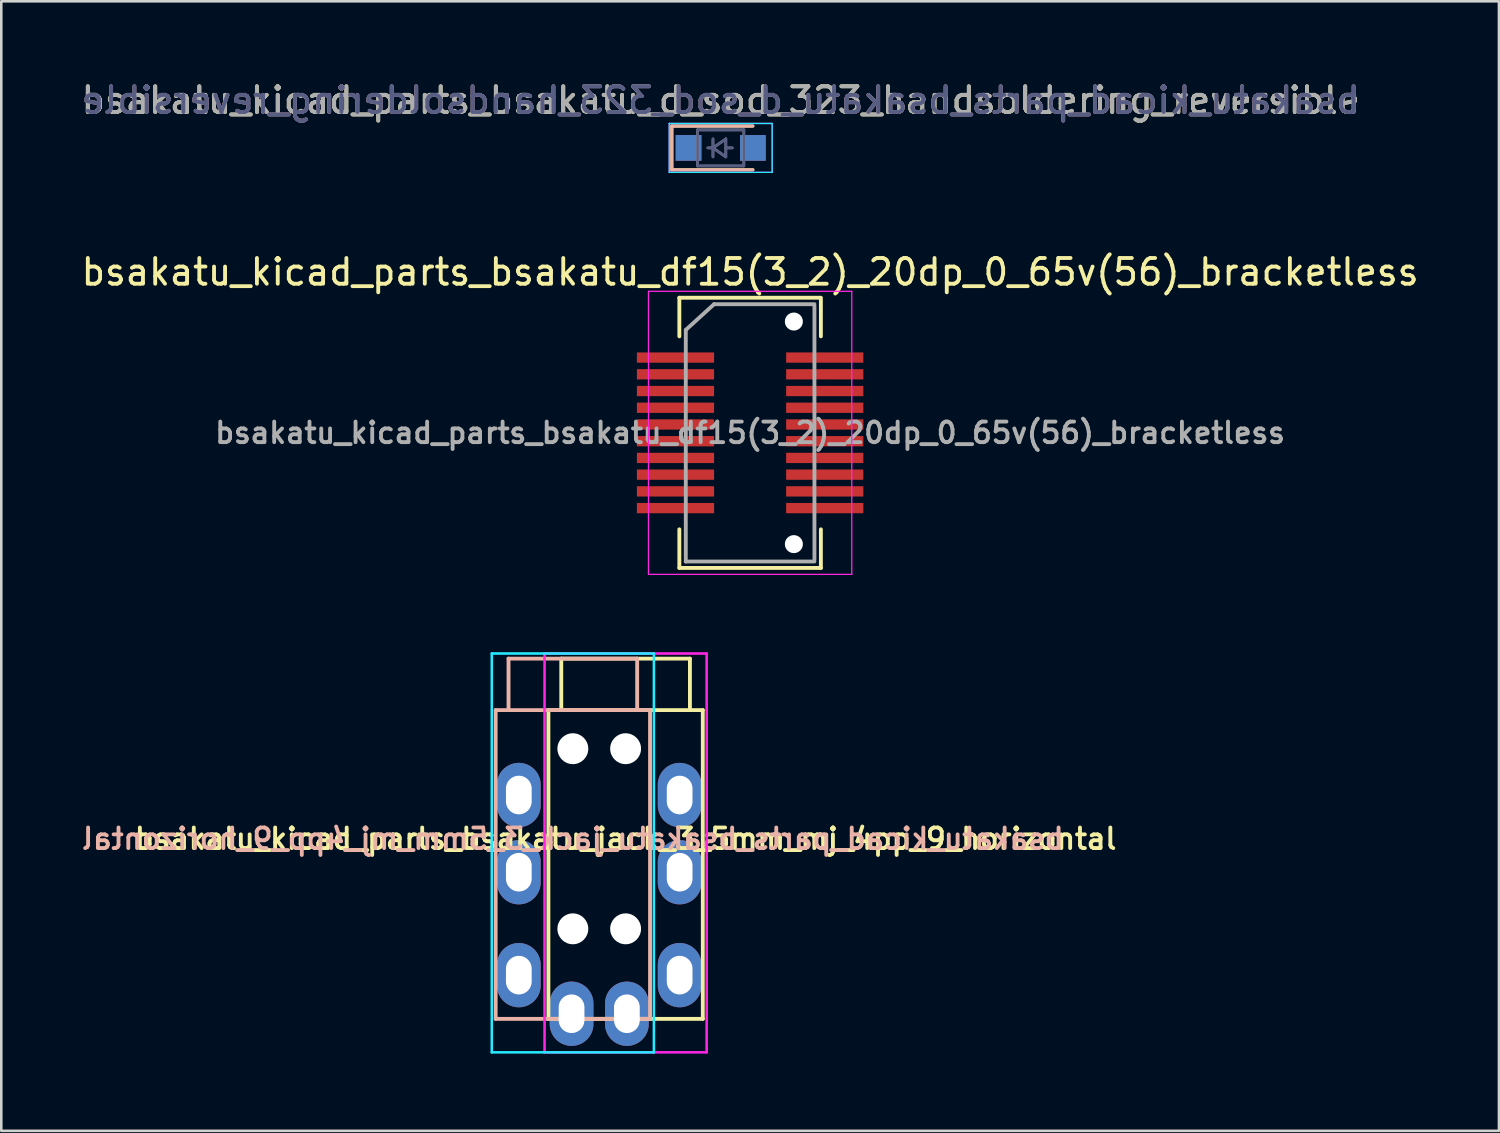
<source format=kicad_pcb>
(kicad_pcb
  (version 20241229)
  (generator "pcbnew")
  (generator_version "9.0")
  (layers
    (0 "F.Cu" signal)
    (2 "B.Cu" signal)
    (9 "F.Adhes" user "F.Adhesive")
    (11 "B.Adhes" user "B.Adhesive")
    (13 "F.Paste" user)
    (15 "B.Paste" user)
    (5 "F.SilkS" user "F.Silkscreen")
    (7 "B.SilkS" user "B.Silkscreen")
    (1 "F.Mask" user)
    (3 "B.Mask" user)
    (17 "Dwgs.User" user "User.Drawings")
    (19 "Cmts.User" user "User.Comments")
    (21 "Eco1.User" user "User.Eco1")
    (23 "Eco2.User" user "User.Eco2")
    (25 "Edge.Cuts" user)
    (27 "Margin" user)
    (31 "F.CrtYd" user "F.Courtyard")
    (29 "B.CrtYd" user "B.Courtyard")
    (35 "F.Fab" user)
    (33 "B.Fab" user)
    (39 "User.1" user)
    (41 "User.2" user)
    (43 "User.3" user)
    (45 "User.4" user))
  (footprint "bsakatu_kicad_parts_bsakatu_df15(3_2)_20dp_0_65v(56)_bracketless"
    (layer "F.Cu")
    (at 26.101 13.771)
    (property "Reference" "bsakatu_kicad_parts_bsakatu_df15(3_2)_20dp_0_65v(56)_bracketless" (at 0 -6.25 0) (layer "F.SilkS") (effects (font (size 1 1) (thickness 0.15))))
    (attr smd)
    (fp_line (start -2.75 -5.25) (end -2.75 -3.75) (stroke (width 0.15) (type solid)) (layer "F.SilkS"))
    (fp_line (start -2.75 -5.25) (end 2.725 -5.25) (stroke (width 0.15) (type solid)) (layer "F.SilkS"))
    (fp_line (start -2.75 5.25) (end -2.75 3.75) (stroke (width 0.15) (type solid)) (layer "F.SilkS"))
    (fp_line (start -2.75 5.25) (end 2.75 5.25) (stroke (width 0.15) (type solid)) (layer "F.SilkS"))
    (fp_line (start 2.75 -5.25) (end 2.75 -3.75) (stroke (width 0.15) (type solid)) (layer "F.SilkS"))
    (fp_line (start 2.75 5.25) (end 2.75 3.75) (stroke (width 0.15) (type solid)) (layer "F.SilkS"))
    (fp_line (start -3.95 -5.5) (end -3.95 5.5) (stroke (width 0.05) (type solid)) (layer "F.CrtYd"))
    (fp_line (start -3.95 -5.5) (end 3.95 -5.5) (stroke (width 0.05) (type solid)) (layer "F.CrtYd"))
    (fp_line (start -3.95 5.5) (end 3.95 5.5) (stroke (width 0.05) (type solid)) (layer "F.CrtYd"))
    (fp_line (start 3.95 -5.5) (end 3.95 5.5) (stroke (width 0.05) (type solid)) (layer "F.CrtYd"))
    (fp_line (start -2.5 -4) (end -1.4 -5) (stroke (width 0.15) (type solid)) (layer "F.Fab"))
    (fp_line (start -2.5 5) (end -2.5 -4) (stroke (width 0.15) (type solid)) (layer "F.Fab"))
    (fp_line (start -1.4 -5) (end 2.5 -5) (stroke (width 0.15) (type solid)) (layer "F.Fab"))
    (fp_line (start 2.5 -4.925) (end 2.5 4.925) (stroke (width 0.15) (type solid)) (layer "F.Fab"))
    (fp_line (start 2.5 5) (end -2.5 5) (stroke (width 0.15) (type solid)) (layer "F.Fab"))
    (fp_text user "${REFERENCE}" (at 0 0 0) (layer "F.Fab") (effects (font (size 0.8 0.8) (thickness 0.15))))
    (pad "" np_thru_hole circle (at 1.7 -4.325) (size 0.7 0.7) (drill 0.7) (layers "*.Cu" "*.Mask"))
    (pad "" np_thru_hole circle (at 1.7 4.325) (size 0.7 0.7) (drill 0.7) (layers "*.Cu" "*.Mask"))
    (pad "1" smd rect (at -2.9 -2.925) (size 3 0.4) (layers "F.Cu" "F.Mask" "F.Paste"))
    (pad "2" smd rect (at 2.9 -2.925) (size 3 0.4) (layers "F.Cu" "F.Mask" "F.Paste"))
    (pad "3" smd rect (at -2.9 -2.275) (size 3 0.4) (layers "F.Cu" "F.Mask" "F.Paste"))
    (pad "4" smd rect (at 2.9 -2.275) (size 3 0.4) (layers "F.Cu" "F.Mask" "F.Paste"))
    (pad "5" smd rect (at -2.9 -1.625) (size 3 0.4) (layers "F.Cu" "F.Mask" "F.Paste"))
    (pad "6" smd rect (at 2.9 -1.625) (size 3 0.4) (layers "F.Cu" "F.Mask" "F.Paste"))
    (pad "7" smd rect (at -2.9 -0.975) (size 3 0.4) (layers "F.Cu" "F.Mask" "F.Paste"))
    (pad "8" smd rect (at 2.9 -0.975) (size 3 0.4) (layers "F.Cu" "F.Mask" "F.Paste"))
    (pad "9" smd rect (at -2.9 -0.325) (size 3 0.4) (layers "F.Cu" "F.Mask" "F.Paste"))
    (pad "10" smd rect (at 2.9 -0.325) (size 3 0.4) (layers "F.Cu" "F.Mask" "F.Paste"))
    (pad "11" smd rect (at -2.9 0.325) (size 3 0.4) (layers "F.Cu" "F.Mask" "F.Paste"))
    (pad "12" smd rect (at 2.9 0.325) (size 3 0.4) (layers "F.Cu" "F.Mask" "F.Paste"))
    (pad "13" smd rect (at -2.9 0.975) (size 3 0.4) (layers "F.Cu" "F.Mask" "F.Paste"))
    (pad "14" smd rect (at 2.9 0.975) (size 3 0.4) (layers "F.Cu" "F.Mask" "F.Paste"))
    (pad "15" smd rect (at -2.9 1.625) (size 3 0.4) (layers "F.Cu" "F.Mask" "F.Paste"))
    (pad "16" smd rect (at 2.9 1.625) (size 3 0.4) (layers "F.Cu" "F.Mask" "F.Paste"))
    (pad "17" smd rect (at -2.9 2.275) (size 3 0.4) (layers "F.Cu" "F.Mask" "F.Paste"))
    (pad "18" smd rect (at 2.9 2.275) (size 3 0.4) (layers "F.Cu" "F.Mask" "F.Paste"))
    (pad "19" smd rect (at -2.9 2.925) (size 3 0.4) (layers "F.Cu" "F.Mask" "F.Paste"))
    (pad "20" smd rect (at 2.9 2.925) (size 3 0.4) (layers "F.Cu" "F.Mask" "F.Paste")))
  (footprint "bsakatu_kicad_parts_bsakatu_jack_3_5mm_mj_4pp_9_horizontal"
    (layer "F.Cu")
    (at 21.262 22.846)
    (property "Reference" "bsakatu_kicad_parts_bsakatu_jack_3_5mm_mj_4pp_9_horizontal" (at 0 6.7 0) (layer "F.SilkS") (effects (font (size 0.8 0.8) (thickness 0.15))))
    (attr through_hole)
    (fp_line (start -3 1.7) (end 3 1.7) (stroke (width 0.15) (type solid)) (layer "F.SilkS"))
    (fp_line (start -3 13.7) (end -3 1.7) (stroke (width 0.15) (type solid)) (layer "F.SilkS"))
    (fp_line (start -2.5 -0.3) (end 2.5 -0.3) (stroke (width 0.15) (type solid)) (layer "F.SilkS"))
    (fp_line (start -2.5 1.65) (end -2.5 -0.3) (stroke (width 0.15) (type solid)) (layer "F.SilkS"))
    (fp_line (start 2.5 -0.3) (end 2.5 1.7) (stroke (width 0.15) (type solid)) (layer "F.SilkS"))
    (fp_line (start 3 1.7) (end 3 13.7) (stroke (width 0.15) (type solid)) (layer "F.SilkS"))
    (fp_line (start 3 13.7) (end -3 13.7) (stroke (width 0.15) (type solid)) (layer "F.SilkS"))
    (fp_line (start -5.05 1.7) (end 0.95 1.7) (stroke (width 0.15) (type solid)) (layer "B.SilkS"))
    (fp_line (start -5.05 13.7) (end -5.05 1.7) (stroke (width 0.15) (type solid)) (layer "B.SilkS"))
    (fp_line (start -4.55 -0.3) (end 0.45 -0.3) (stroke (width 0.15) (type solid)) (layer "B.SilkS"))
    (fp_line (start -4.55 1.65) (end -4.55 -0.3) (stroke (width 0.15) (type solid)) (layer "B.SilkS"))
    (fp_line (start 0.45 -0.3) (end 0.45 1.7) (stroke (width 0.15) (type solid)) (layer "B.SilkS"))
    (fp_line (start 0.95 1.7) (end 0.95 13.7) (stroke (width 0.15) (type solid)) (layer "B.SilkS"))
    (fp_line (start 0.95 13.7) (end -5.05 13.7) (stroke (width 0.15) (type solid)) (layer "B.SilkS"))
    (fp_line (start -5.2 -0.5) (end 1.1 -0.5) (stroke (width 0.1) (type solid)) (layer "B.CrtYd"))
    (fp_line (start -5.2 15) (end -5.2 -0.5) (stroke (width 0.1) (type solid)) (layer "B.CrtYd"))
    (fp_line (start 1.1 -0.5) (end 1.1 15) (stroke (width 0.1) (type solid)) (layer "B.CrtYd"))
    (fp_line (start 1.1 15) (end -5.2 15) (stroke (width 0.1) (type solid)) (layer "B.CrtYd"))
    (fp_line (start -3.15 -0.5) (end -3.15 15) (stroke (width 0.1) (type solid)) (layer "F.CrtYd"))
    (fp_line (start -3.15 15) (end 3.15 15) (stroke (width 0.1) (type solid)) (layer "F.CrtYd"))
    (fp_line (start 3.15 -0.5) (end -3.15 -0.5) (stroke (width 0.1) (type solid)) (layer "F.CrtYd"))
    (fp_line (start 3.15 15) (end 3.15 -0.5) (stroke (width 0.1) (type solid)) (layer "F.CrtYd"))
    (fp_text user "${REFERENCE}" (at -2.05 6.7 0) (layer "B.SilkS") (effects (font (size 0.8 0.8) (thickness 0.15)) (justify mirror)))
    (pad "" np_thru_hole circle (at -2.05 3.2) (size 1.2 1.2) (drill 1.2) (layers "*.Cu" "*.Mask"))
    (pad "" np_thru_hole circle (at -2.05 10.2) (size 1.2 1.2) (drill 1.2) (layers "*.Cu" "*.Mask"))
    (pad "" np_thru_hole circle (at 0 3.2) (size 1.2 1.2) (drill 1.2) (layers "*.Cu" "*.Mask"))
    (pad "" np_thru_hole circle (at 0 10.2) (size 1.2 1.2) (drill 1.2) (layers "*.Cu" "*.Mask"))
    (pad "R1" thru_hole oval (at -4.15 8) (size 1.7 2.5) (drill oval 1 1.5) (layers "*.Cu" "*.Mask"))
    (pad "R1" thru_hole oval (at 2.1 8) (size 1.7 2.5) (drill oval 1 1.5) (layers "*.Cu" "*.Mask"))
    (pad "R2" thru_hole oval (at -4.15 5) (size 1.7 2.5) (drill oval 1 1.5) (layers "*.Cu" "*.Mask"))
    (pad "R2" thru_hole oval (at 2.1 5) (size 1.7 2.5) (drill oval 1 1.5) (layers "*.Cu" "*.Mask"))
    (pad "S" thru_hole oval (at -2.1 13.5) (size 1.7 2.5) (drill oval 1 1.5) (layers "*.Cu" "*.Mask"))
    (pad "S" thru_hole oval (at 0.05 13.5) (size 1.7 2.5) (drill oval 1 1.5) (layers "*.Cu" "*.Mask"))
    (pad "T" thru_hole oval (at -4.15 12) (size 1.7 2.5) (drill oval 1 1.5) (layers "*.Cu" "*.Mask"))
    (pad "T" thru_hole oval (at 2.1 12) (size 1.7 2.5) (drill oval 1 1.5) (layers "*.Cu" "*.Mask")))
  (footprint "bsakatu_kicad_parts_bsakatu_d_sod_323_handsoldering_reversible"
    (layer "F.Cu")
    (at 24.958 2.698)
    (property "Reference" "bsakatu_kicad_parts_bsakatu_d_sod_323_handsoldering_reversible" (at 0 -1.85 0) (layer "F.SilkS") (effects (font (size 1 1) (thickness 0.15))))
    (attr smd)
    (fp_line (start -1.9 -0.85) (end -1.9 0.85) (stroke (width 0.12) (type solid)) (layer "F.SilkS"))
    (fp_line (start -1.9 -0.85) (end 1.25 -0.85) (stroke (width 0.12) (type solid)) (layer "F.SilkS"))
    (fp_line (start -1.9 0.85) (end 1.25 0.85) (stroke (width 0.12) (type solid)) (layer "F.SilkS"))
    (fp_line (start -1.9 -0.85) (end 1.25 -0.85) (stroke (width 0.12) (type solid)) (layer "B.SilkS"))
    (fp_line (start -1.9 0.85) (end -1.9 -0.85) (stroke (width 0.12) (type solid)) (layer "B.SilkS"))
    (fp_line (start -1.9 0.85) (end 1.25 0.85) (stroke (width 0.12) (type solid)) (layer "B.SilkS"))
    (fp_line (start -2 -0.95) (end 2 -0.95) (stroke (width 0.05) (type solid)) (layer "B.CrtYd"))
    (fp_line (start -2 0.95) (end -2 -0.95) (stroke (width 0.05) (type solid)) (layer "B.CrtYd"))
    (fp_line (start -2 0.95) (end 2 0.95) (stroke (width 0.05) (type solid)) (layer "B.CrtYd"))
    (fp_line (start 2 0.95) (end 2 -0.95) (stroke (width 0.05) (type solid)) (layer "B.CrtYd"))
    (fp_line (start -2 -0.95) (end -2 0.95) (stroke (width 0.05) (type solid)) (layer "F.CrtYd"))
    (fp_line (start -2 -0.95) (end 2 -0.95) (stroke (width 0.05) (type solid)) (layer "F.CrtYd"))
    (fp_line (start -2 0.95) (end 2 0.95) (stroke (width 0.05) (type solid)) (layer "F.CrtYd"))
    (fp_line (start 2 -0.95) (end 2 0.95) (stroke (width 0.05) (type solid)) (layer "F.CrtYd"))
    (fp_line (start -0.9 -0.7) (end -0.9 0.7) (stroke (width 0.1) (type solid)) (layer "B.Fab"))
    (fp_line (start -0.9 0.7) (end 0.9 0.7) (stroke (width 0.1) (type solid)) (layer "B.Fab"))
    (fp_line (start -0.3 0) (end -0.5 0) (stroke (width 0.1) (type solid)) (layer "B.Fab"))
    (fp_line (start -0.3 0) (end 0.2 0.35) (stroke (width 0.1) (type solid)) (layer "B.Fab"))
    (fp_line (start -0.3 0.35) (end -0.3 -0.35) (stroke (width 0.1) (type solid)) (layer "B.Fab"))
    (fp_line (start 0.2 -0.35) (end -0.3 0) (stroke (width 0.1) (type solid)) (layer "B.Fab"))
    (fp_line (start 0.2 0) (end 0.45 0) (stroke (width 0.1) (type solid)) (layer "B.Fab"))
    (fp_line (start 0.2 0.35) (end 0.2 -0.35) (stroke (width 0.1) (type solid)) (layer "B.Fab"))
    (fp_line (start 0.9 -0.7) (end -0.9 -0.7) (stroke (width 0.1) (type solid)) (layer "B.Fab"))
    (fp_line (start 0.9 0.7) (end 0.9 -0.7) (stroke (width 0.1) (type solid)) (layer "B.Fab"))
    (fp_line (start -0.9 -0.7) (end 0.9 -0.7) (stroke (width 0.1) (type solid)) (layer "F.Fab"))
    (fp_line (start -0.9 0.7) (end -0.9 -0.7) (stroke (width 0.1) (type solid)) (layer "F.Fab"))
    (fp_line (start -0.3 -0.35) (end -0.3 0.35) (stroke (width 0.1) (type solid)) (layer "F.Fab"))
    (fp_line (start -0.3 0) (end -0.5 0) (stroke (width 0.1) (type solid)) (layer "F.Fab"))
    (fp_line (start -0.3 0) (end 0.2 -0.35) (stroke (width 0.1) (type solid)) (layer "F.Fab"))
    (fp_line (start 0.2 -0.35) (end 0.2 0.35) (stroke (width 0.1) (type solid)) (layer "F.Fab"))
    (fp_line (start 0.2 0) (end 0.45 0) (stroke (width 0.1) (type solid)) (layer "F.Fab"))
    (fp_line (start 0.2 0.35) (end -0.3 0) (stroke (width 0.1) (type solid)) (layer "F.Fab"))
    (fp_line (start 0.9 -0.7) (end 0.9 0.7) (stroke (width 0.1) (type solid)) (layer "F.Fab"))
    (fp_line (start 0.9 0.7) (end -0.9 0.7) (stroke (width 0.1) (type solid)) (layer "F.Fab"))
    (fp_text user "${REFERENCE}" (at 0 -1.85 0) (layer "B.SilkS") (effects (font (size 1 1) (thickness 0.15)) (justify mirror)))
    (fp_text user "${REFERENCE}" (at 0 -1.85 0) (layer "B.Fab") (effects (font (size 1 1) (thickness 0.15)) (justify mirror)))
    (fp_text user "${REFERENCE}" (at 0 -1.85 0) (layer "F.Fab") (effects (font (size 1 1) (thickness 0.15))))
    (pad "1" smd rect (at -1.25 0) (size 1 1) (layers "F.Cu" "F.Mask" "F.Paste"))
    (pad "1" smd rect (at -1.25 0) (size 1 1) (layers "B.Cu" "B.Mask" "B.Paste"))
    (pad "2" smd rect (at 1.25 0) (size 1 1) (layers "F.Cu" "F.Mask" "F.Paste"))
    (pad "2" smd rect (at 1.25 0) (size 1 1) (layers "B.Cu" "B.Mask" "B.Paste")))
  (gr_rect
    (start -3 -3)
    (end 55.202 40.897)
    (stroke (width 0.1) (type default))
    (fill no)
    (layer "Edge.Cuts")))
</source>
